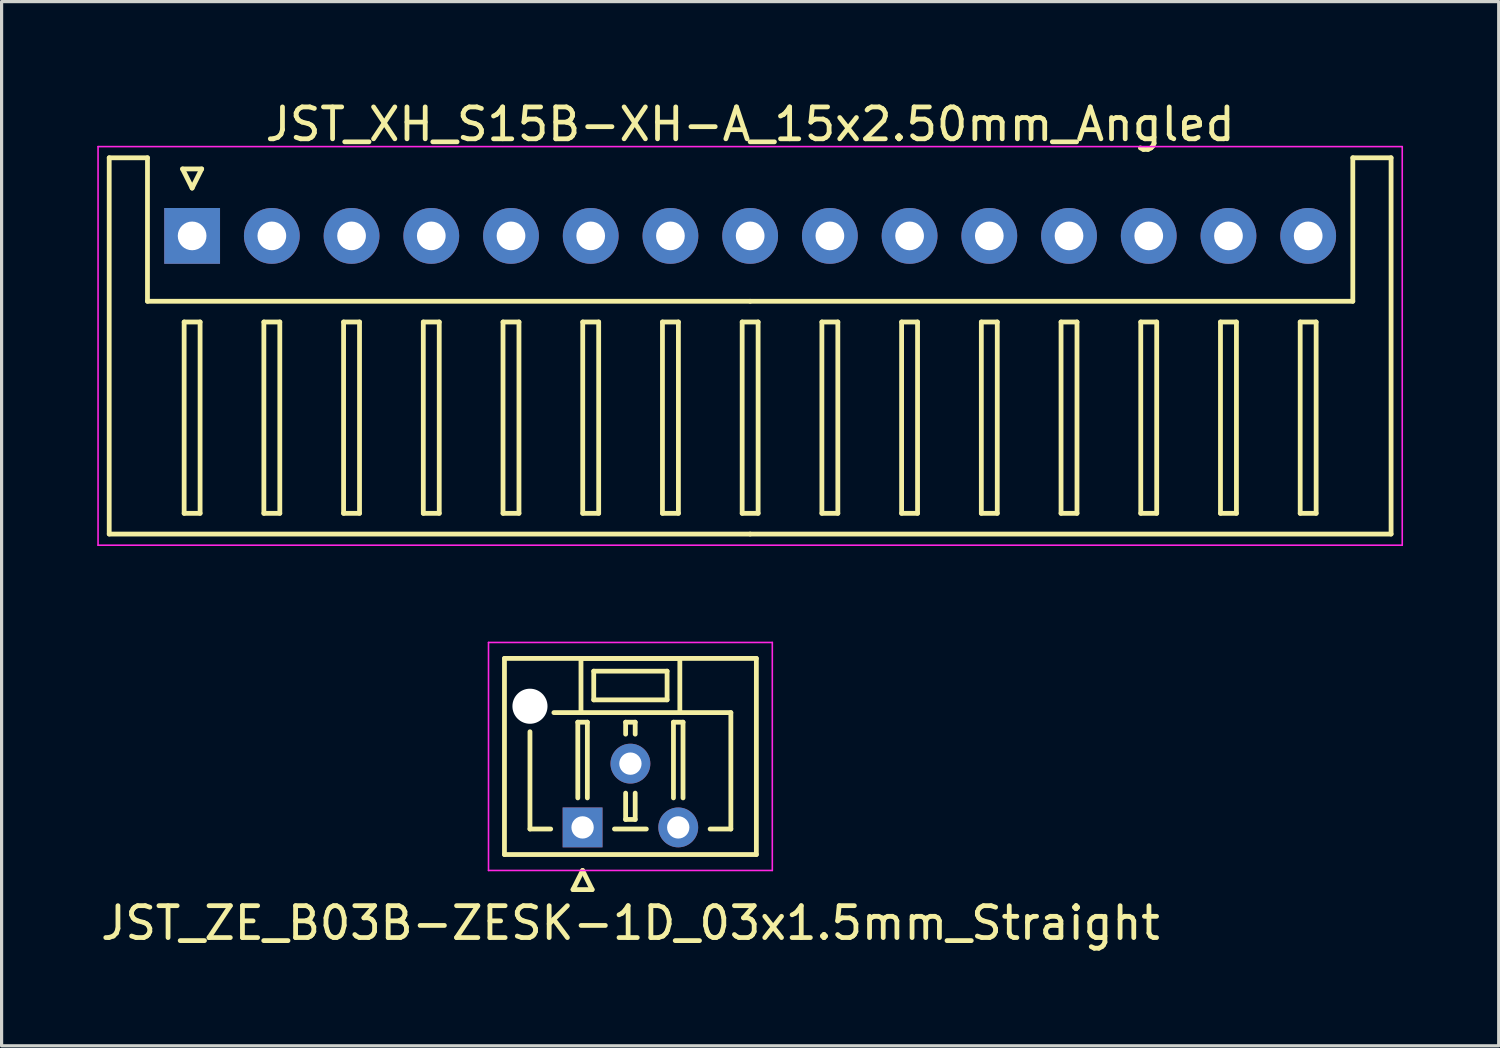
<source format=kicad_pcb>
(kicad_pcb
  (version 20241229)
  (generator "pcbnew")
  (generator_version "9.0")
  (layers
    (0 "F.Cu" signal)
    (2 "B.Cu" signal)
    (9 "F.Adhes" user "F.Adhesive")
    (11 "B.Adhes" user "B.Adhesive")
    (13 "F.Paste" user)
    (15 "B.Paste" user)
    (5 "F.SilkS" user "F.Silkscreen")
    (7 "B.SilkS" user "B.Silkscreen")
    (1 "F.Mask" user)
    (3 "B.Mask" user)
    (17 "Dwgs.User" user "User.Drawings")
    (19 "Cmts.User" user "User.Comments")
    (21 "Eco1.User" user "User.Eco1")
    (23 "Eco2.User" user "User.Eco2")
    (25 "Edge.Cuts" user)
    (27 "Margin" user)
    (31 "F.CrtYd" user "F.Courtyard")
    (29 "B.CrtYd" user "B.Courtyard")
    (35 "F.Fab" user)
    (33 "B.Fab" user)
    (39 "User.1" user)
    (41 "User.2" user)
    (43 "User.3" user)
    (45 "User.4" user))
  (footprint "JST_XH_S15B-XH-A_15x2.50mm_Angled"
    (layer "F.Cu")
    (at 2.975 4.348)
    (property "Reference" "JST_XH_S15B-XH-A_15x2.50mm_Angled" (at 17.5 -3.5 0) (layer "F.SilkS") (effects (font (size 1 1) (thickness 0.15))))
    (attr through_hole)
    (fp_line (start -2.6 -2.45) (end -1.4 -2.45) (stroke (width 0.15) (type solid)) (layer "F.SilkS"))
    (fp_line (start -2.6 9.35) (end -2.6 -2.45) (stroke (width 0.15) (type solid)) (layer "F.SilkS"))
    (fp_line (start -1.4 -2.45) (end -1.4 2.05) (stroke (width 0.15) (type solid)) (layer "F.SilkS"))
    (fp_line (start -1.4 2.05) (end 17.5 2.05) (stroke (width 0.15) (type solid)) (layer "F.SilkS"))
    (fp_line (start -0.3 -2.1) (end 0.3 -2.1) (stroke (width 0.15) (type solid)) (layer "F.SilkS"))
    (fp_line (start -0.25 2.7) (end -0.25 8.7) (stroke (width 0.15) (type solid)) (layer "F.SilkS"))
    (fp_line (start -0.25 8.7) (end 0.25 8.7) (stroke (width 0.15) (type solid)) (layer "F.SilkS"))
    (fp_line (start 0 -1.5) (end -0.3 -2.1) (stroke (width 0.15) (type solid)) (layer "F.SilkS"))
    (fp_line (start 0.25 2.7) (end -0.25 2.7) (stroke (width 0.15) (type solid)) (layer "F.SilkS"))
    (fp_line (start 0.25 8.7) (end 0.25 2.7) (stroke (width 0.15) (type solid)) (layer "F.SilkS"))
    (fp_line (start 0.3 -2.1) (end 0 -1.5) (stroke (width 0.15) (type solid)) (layer "F.SilkS"))
    (fp_line (start 2.25 2.7) (end 2.25 8.7) (stroke (width 0.15) (type solid)) (layer "F.SilkS"))
    (fp_line (start 2.25 8.7) (end 2.75 8.7) (stroke (width 0.15) (type solid)) (layer "F.SilkS"))
    (fp_line (start 2.75 2.7) (end 2.25 2.7) (stroke (width 0.15) (type solid)) (layer "F.SilkS"))
    (fp_line (start 2.75 8.7) (end 2.75 2.7) (stroke (width 0.15) (type solid)) (layer "F.SilkS"))
    (fp_line (start 4.75 2.7) (end 4.75 8.7) (stroke (width 0.15) (type solid)) (layer "F.SilkS"))
    (fp_line (start 4.75 8.7) (end 5.25 8.7) (stroke (width 0.15) (type solid)) (layer "F.SilkS"))
    (fp_line (start 5.25 2.7) (end 4.75 2.7) (stroke (width 0.15) (type solid)) (layer "F.SilkS"))
    (fp_line (start 5.25 8.7) (end 5.25 2.7) (stroke (width 0.15) (type solid)) (layer "F.SilkS"))
    (fp_line (start 7.25 2.7) (end 7.25 8.7) (stroke (width 0.15) (type solid)) (layer "F.SilkS"))
    (fp_line (start 7.25 8.7) (end 7.75 8.7) (stroke (width 0.15) (type solid)) (layer "F.SilkS"))
    (fp_line (start 7.75 2.7) (end 7.25 2.7) (stroke (width 0.15) (type solid)) (layer "F.SilkS"))
    (fp_line (start 7.75 8.7) (end 7.75 2.7) (stroke (width 0.15) (type solid)) (layer "F.SilkS"))
    (fp_line (start 9.75 2.7) (end 9.75 8.7) (stroke (width 0.15) (type solid)) (layer "F.SilkS"))
    (fp_line (start 9.75 8.7) (end 10.25 8.7) (stroke (width 0.15) (type solid)) (layer "F.SilkS"))
    (fp_line (start 10.25 2.7) (end 9.75 2.7) (stroke (width 0.15) (type solid)) (layer "F.SilkS"))
    (fp_line (start 10.25 8.7) (end 10.25 2.7) (stroke (width 0.15) (type solid)) (layer "F.SilkS"))
    (fp_line (start 12.25 2.7) (end 12.25 8.7) (stroke (width 0.15) (type solid)) (layer "F.SilkS"))
    (fp_line (start 12.25 8.7) (end 12.75 8.7) (stroke (width 0.15) (type solid)) (layer "F.SilkS"))
    (fp_line (start 12.75 2.7) (end 12.25 2.7) (stroke (width 0.15) (type solid)) (layer "F.SilkS"))
    (fp_line (start 12.75 8.7) (end 12.75 2.7) (stroke (width 0.15) (type solid)) (layer "F.SilkS"))
    (fp_line (start 14.75 2.7) (end 14.75 8.7) (stroke (width 0.15) (type solid)) (layer "F.SilkS"))
    (fp_line (start 14.75 8.7) (end 15.25 8.7) (stroke (width 0.15) (type solid)) (layer "F.SilkS"))
    (fp_line (start 15.25 2.7) (end 14.75 2.7) (stroke (width 0.15) (type solid)) (layer "F.SilkS"))
    (fp_line (start 15.25 8.7) (end 15.25 2.7) (stroke (width 0.15) (type solid)) (layer "F.SilkS"))
    (fp_line (start 17.25 2.7) (end 17.25 8.7) (stroke (width 0.15) (type solid)) (layer "F.SilkS"))
    (fp_line (start 17.25 8.7) (end 17.75 8.7) (stroke (width 0.15) (type solid)) (layer "F.SilkS"))
    (fp_line (start 17.5 9.35) (end -2.6 9.35) (stroke (width 0.15) (type solid)) (layer "F.SilkS"))
    (fp_line (start 17.5 9.35) (end 37.6 9.35) (stroke (width 0.15) (type solid)) (layer "F.SilkS"))
    (fp_line (start 17.75 2.7) (end 17.25 2.7) (stroke (width 0.15) (type solid)) (layer "F.SilkS"))
    (fp_line (start 17.75 8.7) (end 17.75 2.7) (stroke (width 0.15) (type solid)) (layer "F.SilkS"))
    (fp_line (start 19.75 2.7) (end 19.75 8.7) (stroke (width 0.15) (type solid)) (layer "F.SilkS"))
    (fp_line (start 19.75 8.7) (end 20.25 8.7) (stroke (width 0.15) (type solid)) (layer "F.SilkS"))
    (fp_line (start 20.25 2.7) (end 19.75 2.7) (stroke (width 0.15) (type solid)) (layer "F.SilkS"))
    (fp_line (start 20.25 8.7) (end 20.25 2.7) (stroke (width 0.15) (type solid)) (layer "F.SilkS"))
    (fp_line (start 22.25 2.7) (end 22.25 8.7) (stroke (width 0.15) (type solid)) (layer "F.SilkS"))
    (fp_line (start 22.25 8.7) (end 22.75 8.7) (stroke (width 0.15) (type solid)) (layer "F.SilkS"))
    (fp_line (start 22.75 2.7) (end 22.25 2.7) (stroke (width 0.15) (type solid)) (layer "F.SilkS"))
    (fp_line (start 22.75 8.7) (end 22.75 2.7) (stroke (width 0.15) (type solid)) (layer "F.SilkS"))
    (fp_line (start 24.75 2.7) (end 24.75 8.7) (stroke (width 0.15) (type solid)) (layer "F.SilkS"))
    (fp_line (start 24.75 8.7) (end 25.25 8.7) (stroke (width 0.15) (type solid)) (layer "F.SilkS"))
    (fp_line (start 25.25 2.7) (end 24.75 2.7) (stroke (width 0.15) (type solid)) (layer "F.SilkS"))
    (fp_line (start 25.25 8.7) (end 25.25 2.7) (stroke (width 0.15) (type solid)) (layer "F.SilkS"))
    (fp_line (start 27.25 2.7) (end 27.25 8.7) (stroke (width 0.15) (type solid)) (layer "F.SilkS"))
    (fp_line (start 27.25 8.7) (end 27.75 8.7) (stroke (width 0.15) (type solid)) (layer "F.SilkS"))
    (fp_line (start 27.75 2.7) (end 27.25 2.7) (stroke (width 0.15) (type solid)) (layer "F.SilkS"))
    (fp_line (start 27.75 8.7) (end 27.75 2.7) (stroke (width 0.15) (type solid)) (layer "F.SilkS"))
    (fp_line (start 29.75 2.7) (end 29.75 8.7) (stroke (width 0.15) (type solid)) (layer "F.SilkS"))
    (fp_line (start 29.75 8.7) (end 30.25 8.7) (stroke (width 0.15) (type solid)) (layer "F.SilkS"))
    (fp_line (start 30.25 2.7) (end 29.75 2.7) (stroke (width 0.15) (type solid)) (layer "F.SilkS"))
    (fp_line (start 30.25 8.7) (end 30.25 2.7) (stroke (width 0.15) (type solid)) (layer "F.SilkS"))
    (fp_line (start 32.25 2.7) (end 32.25 8.7) (stroke (width 0.15) (type solid)) (layer "F.SilkS"))
    (fp_line (start 32.25 8.7) (end 32.75 8.7) (stroke (width 0.15) (type solid)) (layer "F.SilkS"))
    (fp_line (start 32.75 2.7) (end 32.25 2.7) (stroke (width 0.15) (type solid)) (layer "F.SilkS"))
    (fp_line (start 32.75 8.7) (end 32.75 2.7) (stroke (width 0.15) (type solid)) (layer "F.SilkS"))
    (fp_line (start 34.75 2.7) (end 34.75 8.7) (stroke (width 0.15) (type solid)) (layer "F.SilkS"))
    (fp_line (start 34.75 8.7) (end 35.25 8.7) (stroke (width 0.15) (type solid)) (layer "F.SilkS"))
    (fp_line (start 35.25 2.7) (end 34.75 2.7) (stroke (width 0.15) (type solid)) (layer "F.SilkS"))
    (fp_line (start 35.25 8.7) (end 35.25 2.7) (stroke (width 0.15) (type solid)) (layer "F.SilkS"))
    (fp_line (start 36.4 -2.45) (end 36.4 2.05) (stroke (width 0.15) (type solid)) (layer "F.SilkS"))
    (fp_line (start 36.4 2.05) (end 17.5 2.05) (stroke (width 0.15) (type solid)) (layer "F.SilkS"))
    (fp_line (start 37.6 -2.45) (end 36.4 -2.45) (stroke (width 0.15) (type solid)) (layer "F.SilkS"))
    (fp_line (start 37.6 9.35) (end 37.6 -2.45) (stroke (width 0.15) (type solid)) (layer "F.SilkS"))
    (fp_line (start -2.95 -2.8) (end -2.95 9.7) (stroke (width 0.05) (type solid)) (layer "F.CrtYd"))
    (fp_line (start -2.95 9.7) (end 37.95 9.7) (stroke (width 0.05) (type solid)) (layer "F.CrtYd"))
    (fp_line (start 37.95 -2.8) (end -2.95 -2.8) (stroke (width 0.05) (type solid)) (layer "F.CrtYd"))
    (fp_line (start 37.95 9.7) (end 37.95 -2.8) (stroke (width 0.05) (type solid)) (layer "F.CrtYd"))
    (pad "1" thru_hole rect (at 0 0) (size 1.75 1.75) (drill 0.9) (layers "*.Cu" "*.Mask"))
    (pad "2" thru_hole circle (at 2.5 0) (size 1.75 1.75) (drill 0.9) (layers "*.Cu" "*.Mask"))
    (pad "3" thru_hole circle (at 5 0) (size 1.75 1.75) (drill 0.9) (layers "*.Cu" "*.Mask"))
    (pad "4" thru_hole circle (at 7.5 0) (size 1.75 1.75) (drill 0.9) (layers "*.Cu" "*.Mask"))
    (pad "5" thru_hole circle (at 10 0) (size 1.75 1.75) (drill 0.9) (layers "*.Cu" "*.Mask"))
    (pad "6" thru_hole circle (at 12.5 0) (size 1.75 1.75) (drill 0.9) (layers "*.Cu" "*.Mask"))
    (pad "7" thru_hole circle (at 15 0) (size 1.75 1.75) (drill 0.9) (layers "*.Cu" "*.Mask"))
    (pad "8" thru_hole circle (at 17.5 0) (size 1.75 1.75) (drill 0.9) (layers "*.Cu" "*.Mask"))
    (pad "9" thru_hole circle (at 20 0) (size 1.75 1.75) (drill 0.9) (layers "*.Cu" "*.Mask"))
    (pad "10" thru_hole circle (at 22.5 0) (size 1.75 1.75) (drill 0.9) (layers "*.Cu" "*.Mask"))
    (pad "11" thru_hole circle (at 25 0) (size 1.75 1.75) (drill 0.9) (layers "*.Cu" "*.Mask"))
    (pad "12" thru_hole circle (at 27.5 0) (size 1.75 1.75) (drill 0.9) (layers "*.Cu" "*.Mask"))
    (pad "13" thru_hole circle (at 30 0) (size 1.75 1.75) (drill 0.9) (layers "*.Cu" "*.Mask"))
    (pad "14" thru_hole circle (at 32.5 0) (size 1.75 1.75) (drill 0.9) (layers "*.Cu" "*.Mask"))
    (pad "15" thru_hole circle (at 35 0) (size 1.75 1.75) (drill 0.9) (layers "*.Cu" "*.Mask")))
  (footprint "JST_ZE_B03B-ZESK-1D_03x1.5mm_Straight"
    (layer "F.Cu")
    (at 15.22 22.898)
    (property "Reference" "JST_ZE_B03B-ZESK-1D_03x1.5mm_Straight" (at 1.5 3 0) (layer "F.SilkS") (effects (font (size 1 1) (thickness 0.15))))
    (attr through_hole)
    (fp_line (start -2.45 -5.3) (end -2.45 0.85) (stroke (width 0.15) (type solid)) (layer "F.SilkS"))
    (fp_line (start -2.45 0.85) (end 5.45 0.85) (stroke (width 0.15) (type solid)) (layer "F.SilkS"))
    (fp_line (start -1.65 -3) (end -1.65 0.05) (stroke (width 0.15) (type solid)) (layer "F.SilkS"))
    (fp_line (start -1.65 0.05) (end -1 0.05) (stroke (width 0.15) (type solid)) (layer "F.SilkS"))
    (fp_line (start -0.3 1.95) (end 0 1.35) (stroke (width 0.15) (type solid)) (layer "F.SilkS"))
    (fp_line (start -0.15 -3.3) (end 0.15 -3.3) (stroke (width 0.15) (type solid)) (layer "F.SilkS"))
    (fp_line (start -0.15 -0.925) (end -0.15 -3.3) (stroke (width 0.15) (type solid)) (layer "F.SilkS"))
    (fp_line (start -0.05 -5.3) (end -0.05 -3.6) (stroke (width 0.15) (type solid)) (layer "F.SilkS"))
    (fp_line (start -0.05 -3.6) (end -0.9 -3.6) (stroke (width 0.15) (type solid)) (layer "F.SilkS"))
    (fp_line (start -0.05 -3.6) (end 3.05 -3.6) (stroke (width 0.15) (type solid)) (layer "F.SilkS"))
    (fp_line (start 0 1.35) (end 0.3 1.95) (stroke (width 0.15) (type solid)) (layer "F.SilkS"))
    (fp_line (start 0.15 -3.3) (end 0.15 -0.925) (stroke (width 0.15) (type solid)) (layer "F.SilkS"))
    (fp_line (start 0.3 1.95) (end -0.3 1.95) (stroke (width 0.15) (type solid)) (layer "F.SilkS"))
    (fp_line (start 0.35 -4.9) (end 0.35 -4) (stroke (width 0.15) (type solid)) (layer "F.SilkS"))
    (fp_line (start 0.35 -4) (end 2.65 -4) (stroke (width 0.15) (type solid)) (layer "F.SilkS"))
    (fp_line (start 1 0.05) (end 2 0.05) (stroke (width 0.15) (type solid)) (layer "F.SilkS"))
    (fp_line (start 1.35 -3.3) (end 1.65 -3.3) (stroke (width 0.15) (type solid)) (layer "F.SilkS"))
    (fp_line (start 1.35 -2.925) (end 1.35 -3.3) (stroke (width 0.15) (type solid)) (layer "F.SilkS"))
    (fp_line (start 1.35 -1.075) (end 1.35 -0.25) (stroke (width 0.15) (type solid)) (layer "F.SilkS"))
    (fp_line (start 1.35 -0.25) (end 1.65 -0.25) (stroke (width 0.15) (type solid)) (layer "F.SilkS"))
    (fp_line (start 1.65 -3.3) (end 1.65 -2.925) (stroke (width 0.15) (type solid)) (layer "F.SilkS"))
    (fp_line (start 1.65 -0.25) (end 1.65 -1.075) (stroke (width 0.15) (type solid)) (layer "F.SilkS"))
    (fp_line (start 2.65 -4.9) (end 0.35 -4.9) (stroke (width 0.15) (type solid)) (layer "F.SilkS"))
    (fp_line (start 2.65 -4) (end 2.65 -4.9) (stroke (width 0.15) (type solid)) (layer "F.SilkS"))
    (fp_line (start 2.85 -3.3) (end 3.15 -3.3) (stroke (width 0.15) (type solid)) (layer "F.SilkS"))
    (fp_line (start 2.85 -0.925) (end 2.85 -3.3) (stroke (width 0.15) (type solid)) (layer "F.SilkS"))
    (fp_line (start 3.05 -5.3) (end -0.05 -5.3) (stroke (width 0.15) (type solid)) (layer "F.SilkS"))
    (fp_line (start 3.05 -3.6) (end 3.05 -5.3) (stroke (width 0.15) (type solid)) (layer "F.SilkS"))
    (fp_line (start 3.05 -3.6) (end 4.65 -3.6) (stroke (width 0.15) (type solid)) (layer "F.SilkS"))
    (fp_line (start 3.15 -3.3) (end 3.15 -0.925) (stroke (width 0.15) (type solid)) (layer "F.SilkS"))
    (fp_line (start 4.65 -3.6) (end 4.65 0.05) (stroke (width 0.15) (type solid)) (layer "F.SilkS"))
    (fp_line (start 4.65 0.05) (end 4 0.05) (stroke (width 0.15) (type solid)) (layer "F.SilkS"))
    (fp_line (start 5.45 -5.3) (end -2.45 -5.3) (stroke (width 0.15) (type solid)) (layer "F.SilkS"))
    (fp_line (start 5.45 0.85) (end 5.45 -5.3) (stroke (width 0.15) (type solid)) (layer "F.SilkS"))
    (fp_line (start -2.95 -5.8) (end -2.95 1.35) (stroke (width 0.05) (type solid)) (layer "F.CrtYd"))
    (fp_line (start -2.95 1.35) (end 5.95 1.35) (stroke (width 0.05) (type solid)) (layer "F.CrtYd"))
    (fp_line (start 5.95 -5.8) (end -2.95 -5.8) (stroke (width 0.05) (type solid)) (layer "F.CrtYd"))
    (fp_line (start 5.95 1.35) (end 5.95 -5.8) (stroke (width 0.05) (type solid)) (layer "F.CrtYd"))
    (pad "" np_thru_hole circle (at -1.65 -3.8) (size 1.1 1.1) (drill 1.1) (layers "*.Cu"))
    (pad "1" thru_hole rect (at 0 0) (size 1.25 1.25) (drill 0.7) (layers "*.Cu" "*.Mask"))
    (pad "2" thru_hole circle (at 1.5 -2) (size 1.25 1.25) (drill 0.7) (layers "*.Cu" "*.Mask"))
    (pad "3" thru_hole circle (at 3 0) (size 1.25 1.25) (drill 0.7) (layers "*.Cu" "*.Mask")))
  (gr_rect
    (start -3 -3)
    (end 43.95 29.747)
    (stroke (width 0.1) (type default))
    (fill no)
    (layer "Edge.Cuts")))
</source>
